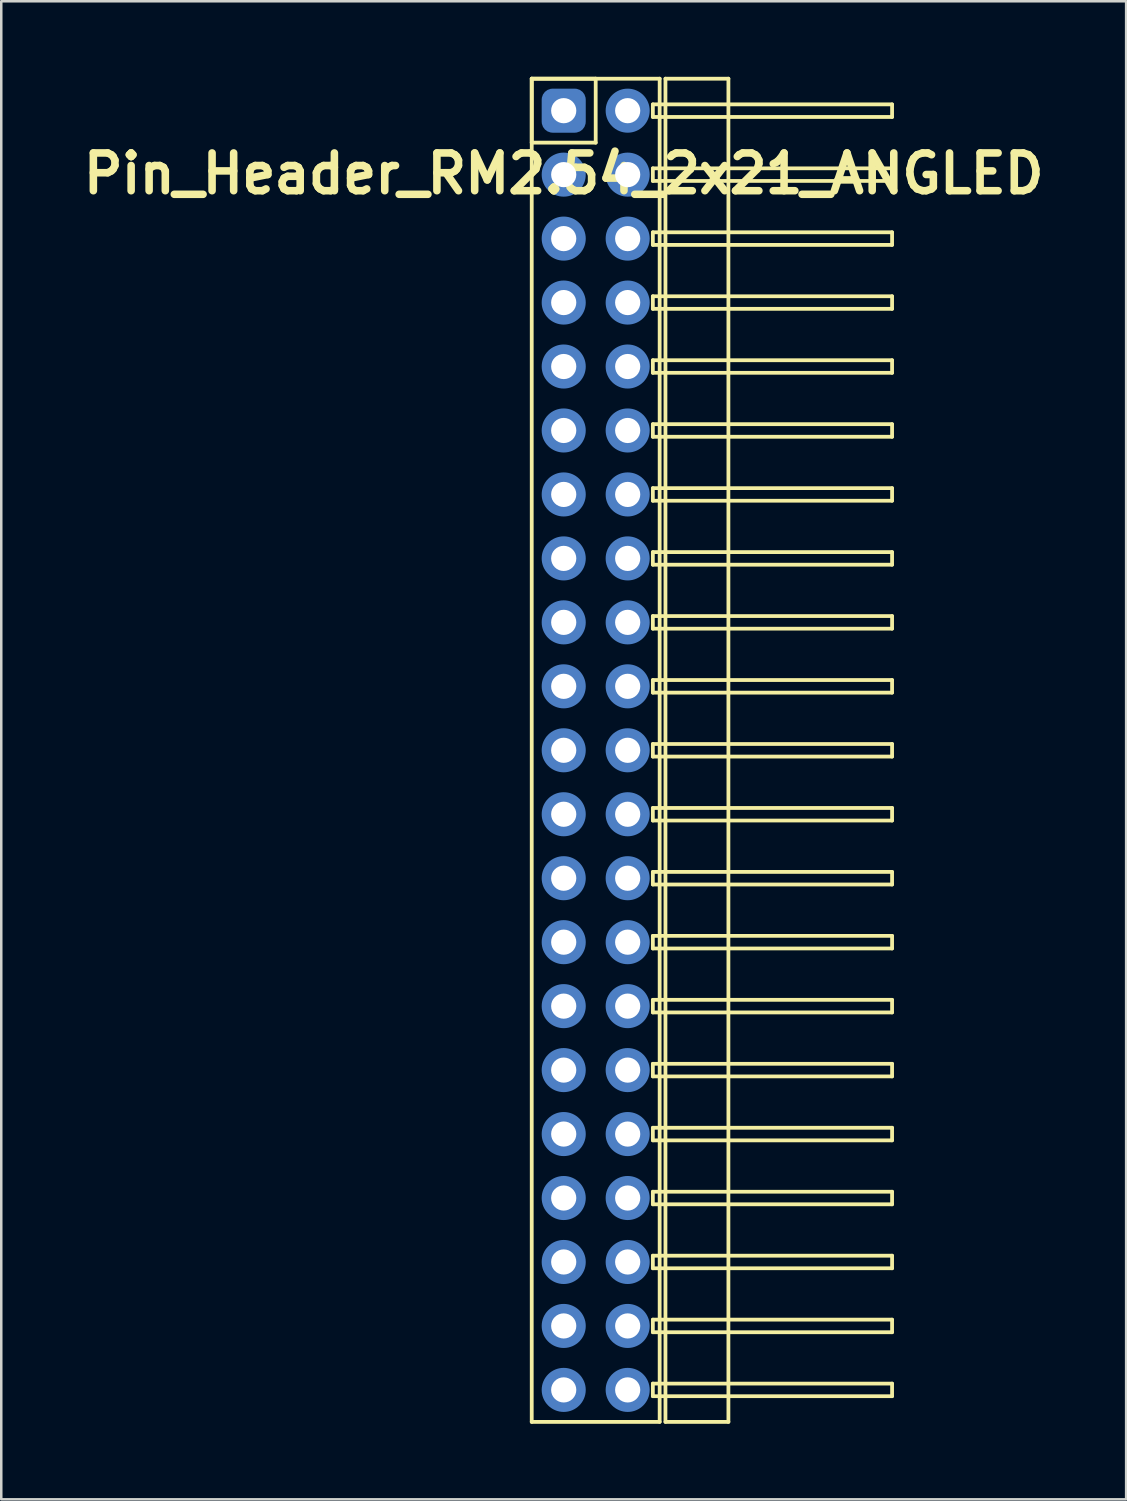
<source format=kicad_pcb>
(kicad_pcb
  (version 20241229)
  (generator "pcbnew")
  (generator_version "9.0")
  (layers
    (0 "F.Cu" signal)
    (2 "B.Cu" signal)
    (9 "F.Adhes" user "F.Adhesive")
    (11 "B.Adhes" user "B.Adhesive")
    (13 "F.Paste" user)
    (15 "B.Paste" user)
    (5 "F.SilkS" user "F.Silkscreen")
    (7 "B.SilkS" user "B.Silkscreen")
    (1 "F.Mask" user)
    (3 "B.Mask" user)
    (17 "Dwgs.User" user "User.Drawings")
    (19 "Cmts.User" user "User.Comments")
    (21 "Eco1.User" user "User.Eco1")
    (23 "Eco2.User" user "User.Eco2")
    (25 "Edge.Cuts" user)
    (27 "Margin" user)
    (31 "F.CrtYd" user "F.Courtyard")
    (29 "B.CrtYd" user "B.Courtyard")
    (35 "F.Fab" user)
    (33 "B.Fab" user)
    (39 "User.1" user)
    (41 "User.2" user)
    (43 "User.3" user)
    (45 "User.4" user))
  (footprint "Pin_Header_RM2.54_2x21_ANGLED"
    (layer "F.Cu")
    (at 19.336 1.345)
    (property "Reference" "Pin_Header_RM2.54_2x21_ANGLED" (at 0 2.5 0) (layer "F.SilkS") (effects (font (size 1.5 1.5) (thickness 0.3))))
    (attr through_hole)
    (fp_line (start -1.27 -1.27) (end 1.27 -1.27) (stroke (width 0.15) (type solid)) (layer "F.SilkS"))
    (fp_line (start -1.27 -1.27) (end 3.81 -1.27) (stroke (width 0.15) (type solid)) (layer "F.SilkS"))
    (fp_line (start -1.27 1.27) (end -1.27 -1.27) (stroke (width 0.15) (type solid)) (layer "F.SilkS"))
    (fp_line (start -1.27 52.07) (end -1.27 -1.27) (stroke (width 0.15) (type solid)) (layer "F.SilkS"))
    (fp_line (start 1.27 -1.27) (end 1.27 1.27) (stroke (width 0.15) (type solid)) (layer "F.SilkS"))
    (fp_line (start 1.27 1.27) (end -1.27 1.27) (stroke (width 0.15) (type solid)) (layer "F.SilkS"))
    (fp_line (start 3.54 -0.25) (end 13.04 -0.25) (stroke (width 0.15) (type solid)) (layer "F.SilkS"))
    (fp_line (start 3.54 0.25) (end 3.54 -0.25) (stroke (width 0.15) (type solid)) (layer "F.SilkS"))
    (fp_line (start 3.54 2.29) (end 13.04 2.29) (stroke (width 0.15) (type solid)) (layer "F.SilkS"))
    (fp_line (start 3.54 2.79) (end 3.54 2.29) (stroke (width 0.15) (type solid)) (layer "F.SilkS"))
    (fp_line (start 3.54 4.83) (end 13.04 4.83) (stroke (width 0.15) (type solid)) (layer "F.SilkS"))
    (fp_line (start 3.54 5.33) (end 3.54 4.83) (stroke (width 0.15) (type solid)) (layer "F.SilkS"))
    (fp_line (start 3.54 7.37) (end 13.04 7.37) (stroke (width 0.15) (type solid)) (layer "F.SilkS"))
    (fp_line (start 3.54 7.87) (end 3.54 7.37) (stroke (width 0.15) (type solid)) (layer "F.SilkS"))
    (fp_line (start 3.54 9.91) (end 13.04 9.91) (stroke (width 0.15) (type solid)) (layer "F.SilkS"))
    (fp_line (start 3.54 10.41) (end 3.54 9.91) (stroke (width 0.15) (type solid)) (layer "F.SilkS"))
    (fp_line (start 3.54 12.45) (end 13.04 12.45) (stroke (width 0.15) (type solid)) (layer "F.SilkS"))
    (fp_line (start 3.54 12.95) (end 3.54 12.45) (stroke (width 0.15) (type solid)) (layer "F.SilkS"))
    (fp_line (start 3.54 14.99) (end 13.04 14.99) (stroke (width 0.15) (type solid)) (layer "F.SilkS"))
    (fp_line (start 3.54 15.49) (end 3.54 14.99) (stroke (width 0.15) (type solid)) (layer "F.SilkS"))
    (fp_line (start 3.54 17.53) (end 13.04 17.53) (stroke (width 0.15) (type solid)) (layer "F.SilkS"))
    (fp_line (start 3.54 18.03) (end 3.54 17.53) (stroke (width 0.15) (type solid)) (layer "F.SilkS"))
    (fp_line (start 3.54 20.07) (end 13.04 20.07) (stroke (width 0.15) (type solid)) (layer "F.SilkS"))
    (fp_line (start 3.54 20.57) (end 3.54 20.07) (stroke (width 0.15) (type solid)) (layer "F.SilkS"))
    (fp_line (start 3.54 22.61) (end 13.04 22.61) (stroke (width 0.15) (type solid)) (layer "F.SilkS"))
    (fp_line (start 3.54 23.11) (end 3.54 22.61) (stroke (width 0.15) (type solid)) (layer "F.SilkS"))
    (fp_line (start 3.54 25.15) (end 13.04 25.15) (stroke (width 0.15) (type solid)) (layer "F.SilkS"))
    (fp_line (start 3.54 25.65) (end 3.54 25.15) (stroke (width 0.15) (type solid)) (layer "F.SilkS"))
    (fp_line (start 3.54 27.69) (end 13.04 27.69) (stroke (width 0.15) (type solid)) (layer "F.SilkS"))
    (fp_line (start 3.54 28.19) (end 3.54 27.69) (stroke (width 0.15) (type solid)) (layer "F.SilkS"))
    (fp_line (start 3.54 30.23) (end 13.04 30.23) (stroke (width 0.15) (type solid)) (layer "F.SilkS"))
    (fp_line (start 3.54 30.73) (end 3.54 30.23) (stroke (width 0.15) (type solid)) (layer "F.SilkS"))
    (fp_line (start 3.54 32.77) (end 13.04 32.77) (stroke (width 0.15) (type solid)) (layer "F.SilkS"))
    (fp_line (start 3.54 33.27) (end 3.54 32.77) (stroke (width 0.15) (type solid)) (layer "F.SilkS"))
    (fp_line (start 3.54 35.31) (end 13.04 35.31) (stroke (width 0.15) (type solid)) (layer "F.SilkS"))
    (fp_line (start 3.54 35.81) (end 3.54 35.31) (stroke (width 0.15) (type solid)) (layer "F.SilkS"))
    (fp_line (start 3.54 37.85) (end 13.04 37.85) (stroke (width 0.15) (type solid)) (layer "F.SilkS"))
    (fp_line (start 3.54 38.35) (end 3.54 37.85) (stroke (width 0.15) (type solid)) (layer "F.SilkS"))
    (fp_line (start 3.54 40.39) (end 13.04 40.39) (stroke (width 0.15) (type solid)) (layer "F.SilkS"))
    (fp_line (start 3.54 40.89) (end 3.54 40.39) (stroke (width 0.15) (type solid)) (layer "F.SilkS"))
    (fp_line (start 3.54 42.93) (end 13.04 42.93) (stroke (width 0.15) (type solid)) (layer "F.SilkS"))
    (fp_line (start 3.54 43.43) (end 3.54 42.93) (stroke (width 0.15) (type solid)) (layer "F.SilkS"))
    (fp_line (start 3.54 45.47) (end 13.04 45.47) (stroke (width 0.15) (type solid)) (layer "F.SilkS"))
    (fp_line (start 3.54 45.97) (end 3.54 45.47) (stroke (width 0.15) (type solid)) (layer "F.SilkS"))
    (fp_line (start 3.54 48.01) (end 13.04 48.01) (stroke (width 0.15) (type solid)) (layer "F.SilkS"))
    (fp_line (start 3.54 48.51) (end 3.54 48.01) (stroke (width 0.15) (type solid)) (layer "F.SilkS"))
    (fp_line (start 3.54 50.55) (end 13.04 50.55) (stroke (width 0.15) (type solid)) (layer "F.SilkS"))
    (fp_line (start 3.54 51.05) (end 3.54 50.55) (stroke (width 0.15) (type solid)) (layer "F.SilkS"))
    (fp_line (start 3.81 -1.27) (end 3.81 52.07) (stroke (width 0.15) (type solid)) (layer "F.SilkS"))
    (fp_line (start 3.81 52.07) (end -1.27 52.07) (stroke (width 0.15) (type solid)) (layer "F.SilkS"))
    (fp_line (start 4.04 -1.27) (end 6.54 -1.27) (stroke (width 0.15) (type solid)) (layer "F.SilkS"))
    (fp_line (start 4.04 52.07) (end 4.04 -1.27) (stroke (width 0.15) (type solid)) (layer "F.SilkS"))
    (fp_line (start 6.54 -1.27) (end 6.54 52.07) (stroke (width 0.15) (type solid)) (layer "F.SilkS"))
    (fp_line (start 6.54 52.07) (end 4.04 52.07) (stroke (width 0.15) (type solid)) (layer "F.SilkS"))
    (fp_line (start 13.04 -0.25) (end 13.04 0.25) (stroke (width 0.15) (type solid)) (layer "F.SilkS"))
    (fp_line (start 13.04 0.25) (end 3.54 0.25) (stroke (width 0.15) (type solid)) (layer "F.SilkS"))
    (fp_line (start 13.04 2.29) (end 13.04 2.79) (stroke (width 0.15) (type solid)) (layer "F.SilkS"))
    (fp_line (start 13.04 2.79) (end 3.54 2.79) (stroke (width 0.15) (type solid)) (layer "F.SilkS"))
    (fp_line (start 13.04 4.83) (end 13.04 5.33) (stroke (width 0.15) (type solid)) (layer "F.SilkS"))
    (fp_line (start 13.04 5.33) (end 3.54 5.33) (stroke (width 0.15) (type solid)) (layer "F.SilkS"))
    (fp_line (start 13.04 7.37) (end 13.04 7.87) (stroke (width 0.15) (type solid)) (layer "F.SilkS"))
    (fp_line (start 13.04 7.87) (end 3.54 7.87) (stroke (width 0.15) (type solid)) (layer "F.SilkS"))
    (fp_line (start 13.04 9.91) (end 13.04 10.41) (stroke (width 0.15) (type solid)) (layer "F.SilkS"))
    (fp_line (start 13.04 10.41) (end 3.54 10.41) (stroke (width 0.15) (type solid)) (layer "F.SilkS"))
    (fp_line (start 13.04 12.45) (end 13.04 12.95) (stroke (width 0.15) (type solid)) (layer "F.SilkS"))
    (fp_line (start 13.04 12.95) (end 3.54 12.95) (stroke (width 0.15) (type solid)) (layer "F.SilkS"))
    (fp_line (start 13.04 14.99) (end 13.04 15.49) (stroke (width 0.15) (type solid)) (layer "F.SilkS"))
    (fp_line (start 13.04 15.49) (end 3.54 15.49) (stroke (width 0.15) (type solid)) (layer "F.SilkS"))
    (fp_line (start 13.04 17.53) (end 13.04 18.03) (stroke (width 0.15) (type solid)) (layer "F.SilkS"))
    (fp_line (start 13.04 18.03) (end 3.54 18.03) (stroke (width 0.15) (type solid)) (layer "F.SilkS"))
    (fp_line (start 13.04 20.07) (end 13.04 20.57) (stroke (width 0.15) (type solid)) (layer "F.SilkS"))
    (fp_line (start 13.04 20.57) (end 3.54 20.57) (stroke (width 0.15) (type solid)) (layer "F.SilkS"))
    (fp_line (start 13.04 22.61) (end 13.04 23.11) (stroke (width 0.15) (type solid)) (layer "F.SilkS"))
    (fp_line (start 13.04 23.11) (end 3.54 23.11) (stroke (width 0.15) (type solid)) (layer "F.SilkS"))
    (fp_line (start 13.04 25.15) (end 13.04 25.65) (stroke (width 0.15) (type solid)) (layer "F.SilkS"))
    (fp_line (start 13.04 25.65) (end 3.54 25.65) (stroke (width 0.15) (type solid)) (layer "F.SilkS"))
    (fp_line (start 13.04 27.69) (end 13.04 28.19) (stroke (width 0.15) (type solid)) (layer "F.SilkS"))
    (fp_line (start 13.04 28.19) (end 3.54 28.19) (stroke (width 0.15) (type solid)) (layer "F.SilkS"))
    (fp_line (start 13.04 30.23) (end 13.04 30.73) (stroke (width 0.15) (type solid)) (layer "F.SilkS"))
    (fp_line (start 13.04 30.73) (end 3.54 30.73) (stroke (width 0.15) (type solid)) (layer "F.SilkS"))
    (fp_line (start 13.04 32.77) (end 13.04 33.27) (stroke (width 0.15) (type solid)) (layer "F.SilkS"))
    (fp_line (start 13.04 33.27) (end 3.54 33.27) (stroke (width 0.15) (type solid)) (layer "F.SilkS"))
    (fp_line (start 13.04 35.31) (end 13.04 35.81) (stroke (width 0.15) (type solid)) (layer "F.SilkS"))
    (fp_line (start 13.04 35.81) (end 3.54 35.81) (stroke (width 0.15) (type solid)) (layer "F.SilkS"))
    (fp_line (start 13.04 37.85) (end 13.04 38.35) (stroke (width 0.15) (type solid)) (layer "F.SilkS"))
    (fp_line (start 13.04 38.35) (end 3.54 38.35) (stroke (width 0.15) (type solid)) (layer "F.SilkS"))
    (fp_line (start 13.04 40.39) (end 13.04 40.89) (stroke (width 0.15) (type solid)) (layer "F.SilkS"))
    (fp_line (start 13.04 40.89) (end 3.54 40.89) (stroke (width 0.15) (type solid)) (layer "F.SilkS"))
    (fp_line (start 13.04 42.93) (end 13.04 43.43) (stroke (width 0.15) (type solid)) (layer "F.SilkS"))
    (fp_line (start 13.04 43.43) (end 3.54 43.43) (stroke (width 0.15) (type solid)) (layer "F.SilkS"))
    (fp_line (start 13.04 45.47) (end 13.04 45.97) (stroke (width 0.15) (type solid)) (layer "F.SilkS"))
    (fp_line (start 13.04 45.97) (end 3.54 45.97) (stroke (width 0.15) (type solid)) (layer "F.SilkS"))
    (fp_line (start 13.04 48.01) (end 13.04 48.51) (stroke (width 0.15) (type solid)) (layer "F.SilkS"))
    (fp_line (start 13.04 48.51) (end 3.54 48.51) (stroke (width 0.15) (type solid)) (layer "F.SilkS"))
    (fp_line (start 13.04 50.55) (end 13.04 51.05) (stroke (width 0.15) (type solid)) (layer "F.SilkS"))
    (fp_line (start 13.04 51.05) (end 3.54 51.05) (stroke (width 0.15) (type solid)) (layer "F.SilkS"))
    (pad "1" thru_hole circle (at 0 0) (size 1.3 1.3) (drill 1) (layers "*.Cu" "*.Mask"))
    (pad "1" smd roundrect (at 0 0) (size 1.5 1.5) (layers "F.Cu" "F.Mask") (roundrect_rratio 0.25))
    (pad "1" smd roundrect (at 0 0) (size 1.75 1.75) (layers "B.Cu" "B.Mask") (roundrect_rratio 0.25))
    (pad "2" thru_hole circle (at 2.54 0) (size 1.3 1.3) (drill 1) (layers "*.Cu" "*.Mask"))
    (pad "2" smd circle (at 2.54 0) (size 1.5 1.5) (layers "F.Cu" "F.Mask"))
    (pad "2" smd circle (at 2.54 0) (size 1.75 1.75) (layers "B.Cu" "B.Mask"))
    (pad "3" thru_hole circle (at 0 2.54) (size 1.3 1.3) (drill 1) (layers "*.Cu" "*.Mask"))
    (pad "3" smd circle (at 0 2.54) (size 1.5 1.5) (layers "F.Cu" "F.Mask"))
    (pad "3" smd circle (at 0 2.54) (size 1.75 1.75) (layers "B.Cu" "B.Mask"))
    (pad "4" thru_hole circle (at 2.54 2.54) (size 1.3 1.3) (drill 1) (layers "*.Cu" "*.Mask"))
    (pad "4" smd circle (at 2.54 2.54) (size 1.5 1.5) (layers "F.Cu" "F.Mask"))
    (pad "4" smd circle (at 2.54 2.54) (size 1.75 1.75) (layers "B.Cu" "B.Mask"))
    (pad "5" thru_hole circle (at 0 5.08) (size 1.3 1.3) (drill 1) (layers "*.Cu" "*.Mask"))
    (pad "5" smd circle (at 0 5.08) (size 1.5 1.5) (layers "F.Cu" "F.Mask"))
    (pad "5" smd circle (at 0 5.08) (size 1.75 1.75) (layers "B.Cu" "B.Mask"))
    (pad "6" thru_hole circle (at 2.54 5.08) (size 1.3 1.3) (drill 1) (layers "*.Cu" "*.Mask"))
    (pad "6" smd circle (at 2.54 5.08) (size 1.5 1.5) (layers "F.Cu" "F.Mask"))
    (pad "6" smd circle (at 2.54 5.08) (size 1.75 1.75) (layers "B.Cu" "B.Mask"))
    (pad "7" thru_hole circle (at 0 7.62) (size 1.3 1.3) (drill 1) (layers "*.Cu" "*.Mask"))
    (pad "7" smd circle (at 0 7.62) (size 1.5 1.5) (layers "F.Cu" "F.Mask"))
    (pad "7" smd circle (at 0 7.62) (size 1.75 1.75) (layers "B.Cu" "B.Mask"))
    (pad "8" thru_hole circle (at 2.54 7.62) (size 1.3 1.3) (drill 1) (layers "*.Cu" "*.Mask"))
    (pad "8" smd circle (at 2.54 7.62) (size 1.5 1.5) (layers "F.Cu" "F.Mask"))
    (pad "8" smd circle (at 2.54 7.62) (size 1.75 1.75) (layers "B.Cu" "B.Mask"))
    (pad "9" thru_hole circle (at 0 10.16) (size 1.3 1.3) (drill 1) (layers "*.Cu" "*.Mask"))
    (pad "9" smd circle (at 0 10.16) (size 1.5 1.5) (layers "F.Cu" "F.Mask"))
    (pad "9" smd circle (at 0 10.16) (size 1.75 1.75) (layers "B.Cu" "B.Mask"))
    (pad "10" thru_hole circle (at 2.54 10.16) (size 1.3 1.3) (drill 1) (layers "*.Cu" "*.Mask"))
    (pad "10" smd circle (at 2.54 10.16) (size 1.5 1.5) (layers "F.Cu" "F.Mask"))
    (pad "10" smd circle (at 2.54 10.16) (size 1.75 1.75) (layers "B.Cu" "B.Mask"))
    (pad "11" thru_hole circle (at 0 12.7) (size 1.3 1.3) (drill 1) (layers "*.Cu" "*.Mask"))
    (pad "11" smd circle (at 0 12.7) (size 1.5 1.5) (layers "F.Cu" "F.Mask"))
    (pad "11" smd circle (at 0 12.7) (size 1.75 1.75) (layers "B.Cu" "B.Mask"))
    (pad "12" thru_hole circle (at 2.54 12.7) (size 1.3 1.3) (drill 1) (layers "*.Cu" "*.Mask"))
    (pad "12" smd circle (at 2.54 12.7) (size 1.5 1.5) (layers "F.Cu" "F.Mask"))
    (pad "12" smd circle (at 2.54 12.7) (size 1.75 1.75) (layers "B.Cu" "B.Mask"))
    (pad "13" thru_hole circle (at 0 15.24) (size 1.3 1.3) (drill 1) (layers "*.Cu" "*.Mask"))
    (pad "13" smd circle (at 0 15.24) (size 1.5 1.5) (layers "F.Cu" "F.Mask"))
    (pad "13" smd circle (at 0 15.24) (size 1.75 1.75) (layers "B.Cu" "B.Mask"))
    (pad "14" thru_hole circle (at 2.54 15.24) (size 1.3 1.3) (drill 1) (layers "*.Cu" "*.Mask"))
    (pad "14" smd circle (at 2.54 15.24) (size 1.5 1.5) (layers "F.Cu" "F.Mask"))
    (pad "14" smd circle (at 2.54 15.24) (size 1.75 1.75) (layers "B.Cu" "B.Mask"))
    (pad "15" thru_hole circle (at 0 17.78) (size 1.3 1.3) (drill 1) (layers "*.Cu" "*.Mask"))
    (pad "15" smd circle (at 0 17.78) (size 1.5 1.5) (layers "F.Cu" "F.Mask"))
    (pad "15" smd circle (at 0 17.78) (size 1.75 1.75) (layers "B.Cu" "B.Mask"))
    (pad "16" thru_hole circle (at 2.54 17.78) (size 1.3 1.3) (drill 1) (layers "*.Cu" "*.Mask"))
    (pad "16" smd circle (at 2.54 17.78) (size 1.5 1.5) (layers "F.Cu" "F.Mask"))
    (pad "16" smd circle (at 2.54 17.78) (size 1.75 1.75) (layers "B.Cu" "B.Mask"))
    (pad "17" thru_hole circle (at 0 20.32) (size 1.3 1.3) (drill 1) (layers "*.Cu" "*.Mask"))
    (pad "17" smd circle (at 0 20.32) (size 1.5 1.5) (layers "F.Cu" "F.Mask"))
    (pad "17" smd circle (at 0 20.32) (size 1.75 1.75) (layers "B.Cu" "B.Mask"))
    (pad "18" thru_hole circle (at 2.54 20.32) (size 1.3 1.3) (drill 1) (layers "*.Cu" "*.Mask"))
    (pad "18" smd circle (at 2.54 20.32) (size 1.5 1.5) (layers "F.Cu" "F.Mask"))
    (pad "18" smd circle (at 2.54 20.32) (size 1.75 1.75) (layers "B.Cu" "B.Mask"))
    (pad "19" thru_hole circle (at 0 22.86) (size 1.3 1.3) (drill 1) (layers "*.Cu" "*.Mask"))
    (pad "19" smd circle (at 0 22.86) (size 1.5 1.5) (layers "F.Cu" "F.Mask"))
    (pad "19" smd circle (at 0 22.86) (size 1.75 1.75) (layers "B.Cu" "B.Mask"))
    (pad "20" thru_hole circle (at 2.54 22.86) (size 1.3 1.3) (drill 1) (layers "*.Cu" "*.Mask"))
    (pad "20" smd circle (at 2.54 22.86) (size 1.5 1.5) (layers "F.Cu" "F.Mask"))
    (pad "20" smd circle (at 2.54 22.86) (size 1.75 1.75) (layers "B.Cu" "B.Mask"))
    (pad "21" thru_hole circle (at 0 25.4) (size 1.3 1.3) (drill 1) (layers "*.Cu" "*.Mask"))
    (pad "21" smd circle (at 0 25.4) (size 1.5 1.5) (layers "F.Cu" "F.Mask"))
    (pad "21" smd circle (at 0 25.4) (size 1.75 1.75) (layers "B.Cu" "B.Mask"))
    (pad "22" thru_hole circle (at 2.54 25.4) (size 1.3 1.3) (drill 1) (layers "*.Cu" "*.Mask"))
    (pad "22" smd circle (at 2.54 25.4) (size 1.5 1.5) (layers "F.Cu" "F.Mask"))
    (pad "22" smd circle (at 2.54 25.4) (size 1.75 1.75) (layers "B.Cu" "B.Mask"))
    (pad "23" thru_hole circle (at 0 27.94) (size 1.3 1.3) (drill 1) (layers "*.Cu" "*.Mask"))
    (pad "23" smd circle (at 0 27.94) (size 1.5 1.5) (layers "F.Cu" "F.Mask"))
    (pad "23" smd circle (at 0 27.94) (size 1.75 1.75) (layers "B.Cu" "B.Mask"))
    (pad "24" thru_hole circle (at 2.54 27.94) (size 1.3 1.3) (drill 1) (layers "*.Cu" "*.Mask"))
    (pad "24" smd circle (at 2.54 27.94) (size 1.5 1.5) (layers "F.Cu" "F.Mask"))
    (pad "24" smd circle (at 2.54 27.94) (size 1.75 1.75) (layers "B.Cu" "B.Mask"))
    (pad "25" thru_hole circle (at 0 30.48) (size 1.3 1.3) (drill 1) (layers "*.Cu" "*.Mask"))
    (pad "25" smd circle (at 0 30.48) (size 1.5 1.5) (layers "F.Cu" "F.Mask"))
    (pad "25" smd circle (at 0 30.48) (size 1.75 1.75) (layers "B.Cu" "B.Mask"))
    (pad "26" thru_hole circle (at 2.54 30.48) (size 1.3 1.3) (drill 1) (layers "*.Cu" "*.Mask"))
    (pad "26" smd circle (at 2.54 30.48) (size 1.5 1.5) (layers "F.Cu" "F.Mask"))
    (pad "26" smd circle (at 2.54 30.48) (size 1.75 1.75) (layers "B.Cu" "B.Mask"))
    (pad "27" thru_hole circle (at 0 33.02) (size 1.3 1.3) (drill 1) (layers "*.Cu" "*.Mask"))
    (pad "27" smd circle (at 0 33.02) (size 1.5 1.5) (layers "F.Cu" "F.Mask"))
    (pad "27" smd circle (at 0 33.02) (size 1.75 1.75) (layers "B.Cu" "B.Mask"))
    (pad "28" thru_hole circle (at 2.54 33.02) (size 1.3 1.3) (drill 1) (layers "*.Cu" "*.Mask"))
    (pad "28" smd circle (at 2.54 33.02) (size 1.5 1.5) (layers "F.Cu" "F.Mask"))
    (pad "28" smd circle (at 2.54 33.02) (size 1.75 1.75) (layers "B.Cu" "B.Mask"))
    (pad "29" thru_hole circle (at 0 35.56) (size 1.3 1.3) (drill 1) (layers "*.Cu" "*.Mask"))
    (pad "29" smd circle (at 0 35.56) (size 1.5 1.5) (layers "F.Cu" "F.Mask"))
    (pad "29" smd circle (at 0 35.56) (size 1.75 1.75) (layers "B.Cu" "B.Mask"))
    (pad "30" thru_hole circle (at 2.54 35.56) (size 1.3 1.3) (drill 1) (layers "*.Cu" "*.Mask"))
    (pad "30" smd circle (at 2.54 35.56) (size 1.5 1.5) (layers "F.Cu" "F.Mask"))
    (pad "30" smd circle (at 2.54 35.56) (size 1.75 1.75) (layers "B.Cu" "B.Mask"))
    (pad "31" thru_hole circle (at 0 38.1) (size 1.3 1.3) (drill 1) (layers "*.Cu" "*.Mask"))
    (pad "31" smd circle (at 0 38.1) (size 1.5 1.5) (layers "F.Cu" "F.Mask"))
    (pad "31" smd circle (at 0 38.1) (size 1.75 1.75) (layers "B.Cu" "B.Mask"))
    (pad "32" thru_hole circle (at 2.54 38.1) (size 1.3 1.3) (drill 1) (layers "*.Cu" "*.Mask"))
    (pad "32" smd circle (at 2.54 38.1) (size 1.5 1.5) (layers "F.Cu" "F.Mask"))
    (pad "32" smd circle (at 2.54 38.1) (size 1.75 1.75) (layers "B.Cu" "B.Mask"))
    (pad "33" thru_hole circle (at 0 40.64) (size 1.3 1.3) (drill 1) (layers "*.Cu" "*.Mask"))
    (pad "33" smd circle (at 0 40.64) (size 1.5 1.5) (layers "F.Cu" "F.Mask"))
    (pad "33" smd circle (at 0 40.64) (size 1.75 1.75) (layers "B.Cu" "B.Mask"))
    (pad "34" thru_hole circle (at 2.54 40.64) (size 1.3 1.3) (drill 1) (layers "*.Cu" "*.Mask"))
    (pad "34" smd circle (at 2.54 40.64) (size 1.5 1.5) (layers "F.Cu" "F.Mask"))
    (pad "34" smd circle (at 2.54 40.64) (size 1.75 1.75) (layers "B.Cu" "B.Mask"))
    (pad "35" thru_hole circle (at 0 43.18) (size 1.3 1.3) (drill 1) (layers "*.Cu" "*.Mask"))
    (pad "35" smd circle (at 0 43.18) (size 1.5 1.5) (layers "F.Cu" "F.Mask"))
    (pad "35" smd circle (at 0 43.18) (size 1.75 1.75) (layers "B.Cu" "B.Mask"))
    (pad "36" thru_hole circle (at 2.54 43.18) (size 1.3 1.3) (drill 1) (layers "*.Cu" "*.Mask"))
    (pad "36" smd circle (at 2.54 43.18) (size 1.5 1.5) (layers "F.Cu" "F.Mask"))
    (pad "36" smd circle (at 2.54 43.18) (size 1.75 1.75) (layers "B.Cu" "B.Mask"))
    (pad "37" thru_hole circle (at 0 45.72) (size 1.3 1.3) (drill 1) (layers "*.Cu" "*.Mask"))
    (pad "37" smd circle (at 0 45.72) (size 1.5 1.5) (layers "F.Cu" "F.Mask"))
    (pad "37" smd circle (at 0 45.72) (size 1.75 1.75) (layers "B.Cu" "B.Mask"))
    (pad "38" thru_hole circle (at 2.54 45.72) (size 1.3 1.3) (drill 1) (layers "*.Cu" "*.Mask"))
    (pad "38" smd circle (at 2.54 45.72) (size 1.5 1.5) (layers "F.Cu" "F.Mask"))
    (pad "38" smd circle (at 2.54 45.72) (size 1.75 1.75) (layers "B.Cu" "B.Mask"))
    (pad "39" thru_hole circle (at 0 48.26) (size 1.3 1.3) (drill 1) (layers "*.Cu" "*.Mask"))
    (pad "39" smd circle (at 0 48.26) (size 1.5 1.5) (layers "F.Cu" "F.Mask"))
    (pad "39" smd circle (at 0 48.26) (size 1.75 1.75) (layers "B.Cu" "B.Mask"))
    (pad "40" thru_hole circle (at 2.54 48.26) (size 1.3 1.3) (drill 1) (layers "*.Cu" "*.Mask"))
    (pad "40" smd circle (at 2.54 48.26) (size 1.5 1.5) (layers "F.Cu" "F.Mask"))
    (pad "40" smd circle (at 2.54 48.26) (size 1.75 1.75) (layers "B.Cu" "B.Mask"))
    (pad "41" thru_hole circle (at 0 50.8) (size 1.3 1.3) (drill 1) (layers "*.Cu" "*.Mask"))
    (pad "41" smd circle (at 0 50.8) (size 1.5 1.5) (layers "F.Cu" "F.Mask"))
    (pad "41" smd circle (at 0 50.8) (size 1.75 1.75) (layers "B.Cu" "B.Mask"))
    (pad "42" thru_hole circle (at 2.54 50.8) (size 1.3 1.3) (drill 1) (layers "*.Cu" "*.Mask"))
    (pad "42" smd circle (at 2.54 50.8) (size 1.5 1.5) (layers "F.Cu" "F.Mask"))
    (pad "42" smd circle (at 2.54 50.8) (size 1.75 1.75) (layers "B.Cu" "B.Mask")))
  (gr_rect
    (start -3 -3)
    (end 41.671 56.49)
    (stroke (width 0.1) (type default))
    (fill no)
    (layer "Edge.Cuts")))
</source>
